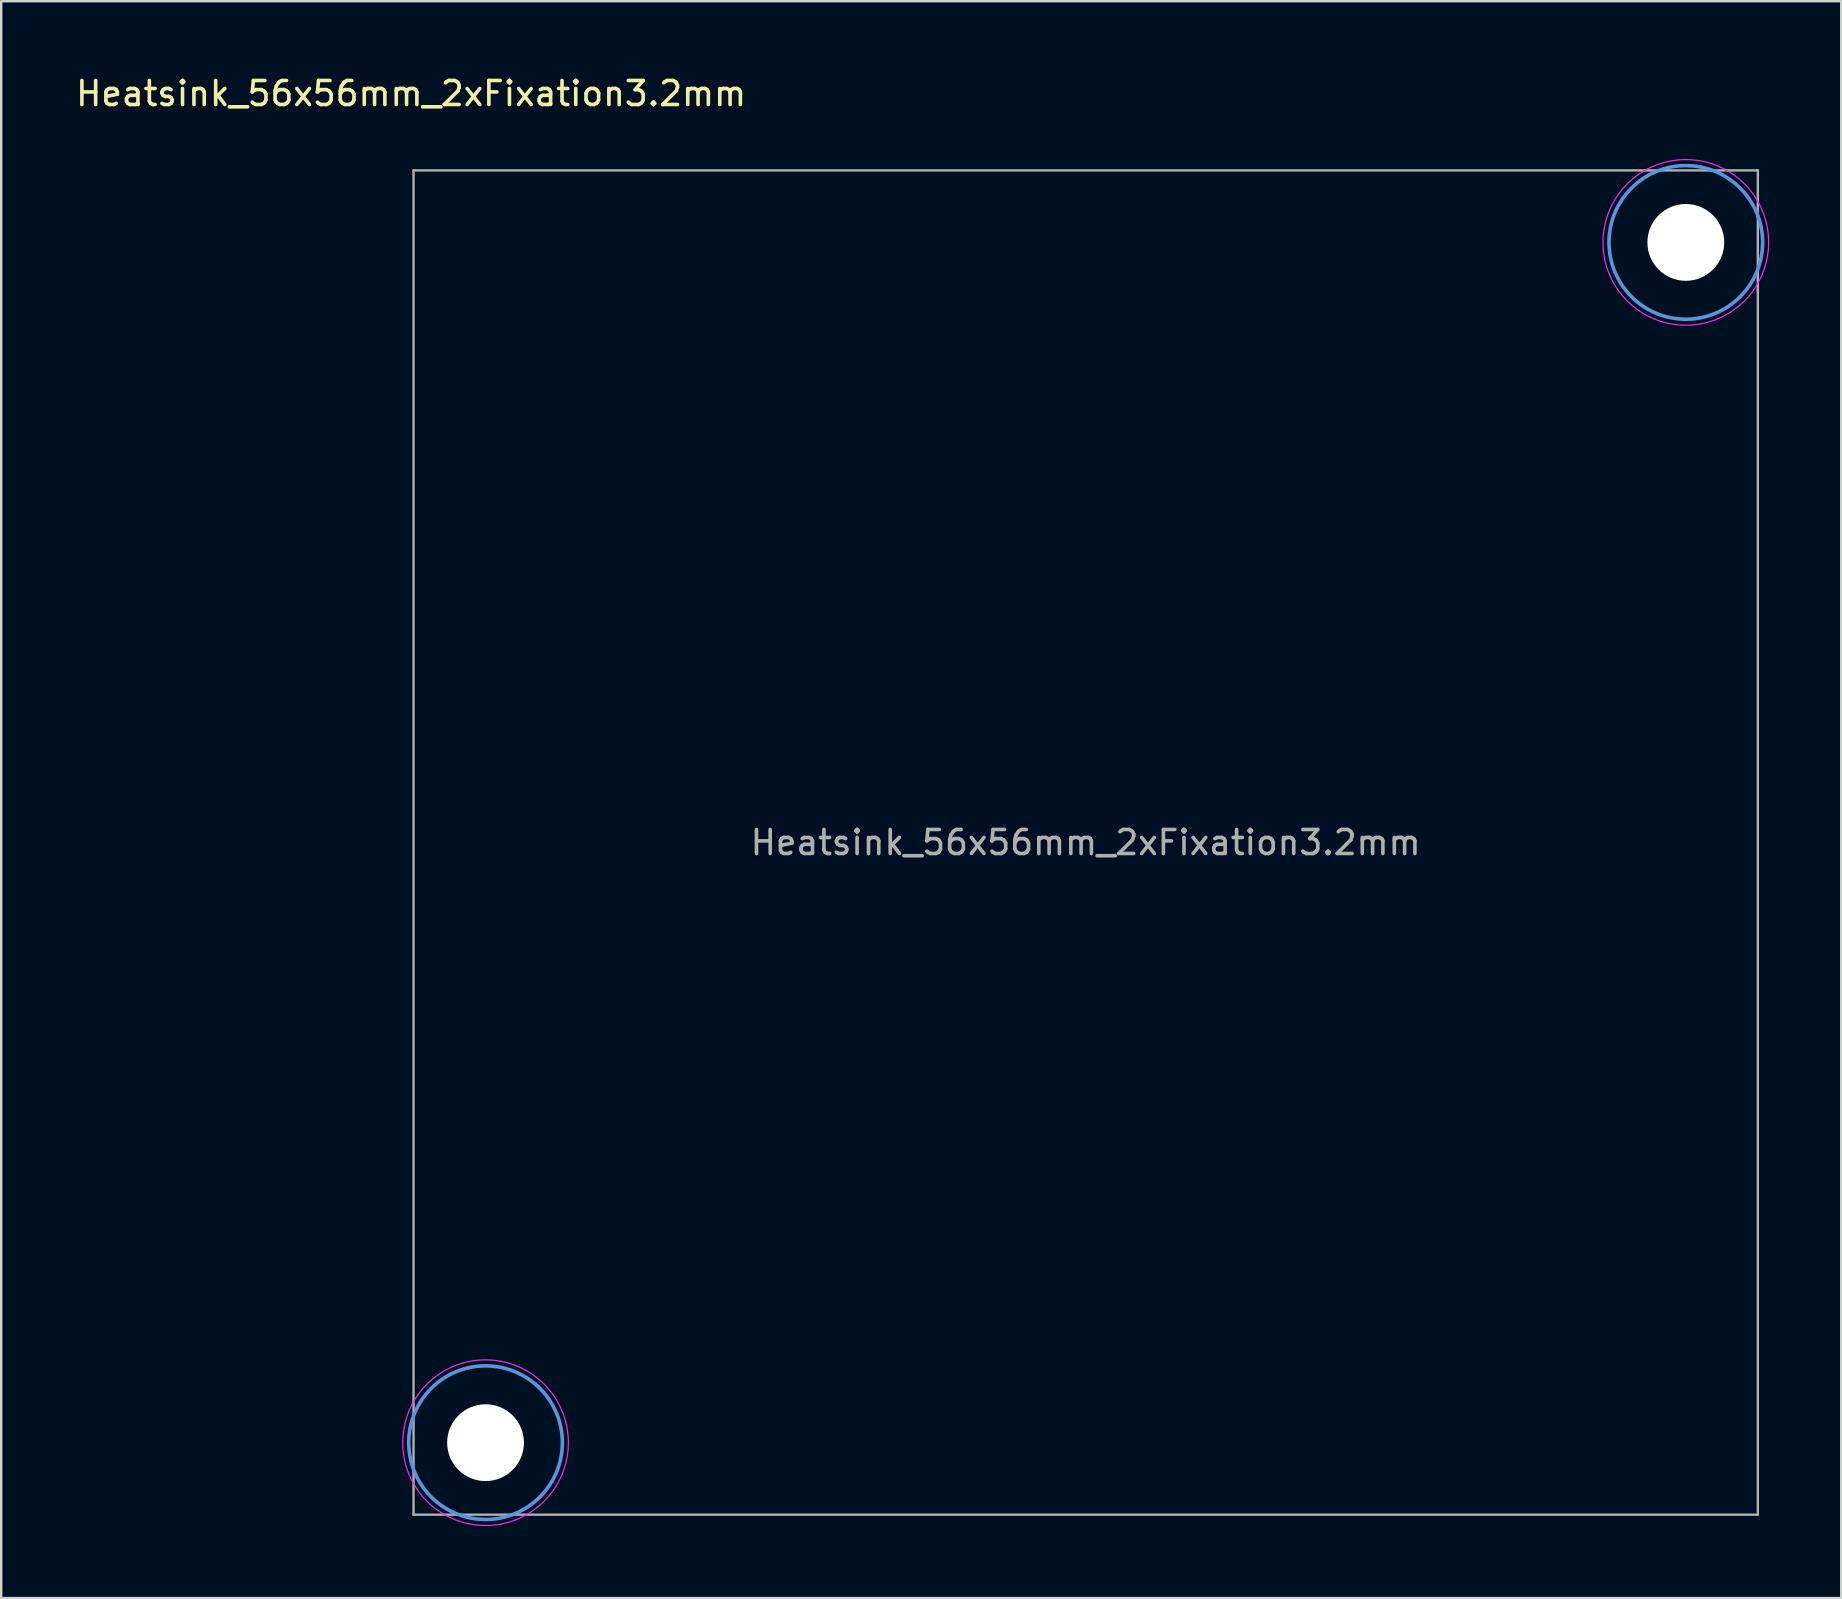
<source format=kicad_pcb>
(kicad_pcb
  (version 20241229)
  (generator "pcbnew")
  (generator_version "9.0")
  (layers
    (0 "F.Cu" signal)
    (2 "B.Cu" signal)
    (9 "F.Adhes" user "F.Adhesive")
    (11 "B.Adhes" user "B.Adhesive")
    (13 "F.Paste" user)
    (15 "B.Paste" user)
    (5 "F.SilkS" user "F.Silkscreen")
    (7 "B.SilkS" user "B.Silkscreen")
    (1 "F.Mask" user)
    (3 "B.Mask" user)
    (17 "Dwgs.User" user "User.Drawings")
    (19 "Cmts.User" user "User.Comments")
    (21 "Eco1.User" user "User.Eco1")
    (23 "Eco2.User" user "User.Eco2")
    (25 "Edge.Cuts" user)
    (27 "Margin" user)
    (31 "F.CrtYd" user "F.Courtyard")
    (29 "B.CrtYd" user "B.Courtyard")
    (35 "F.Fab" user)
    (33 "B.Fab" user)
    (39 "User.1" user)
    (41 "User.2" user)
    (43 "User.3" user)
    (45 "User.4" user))
  (footprint "Heatsink_56x56mm_2xFixation3.2mm"
    (layer "F.Cu")
    (at 42.177 32.048)
    (property "Reference" "Heatsink_56x56mm_2xFixation3.2mm" (at -28.1 -31.2 0) (layer "F.SilkS") (effects (font (size 1 1) (thickness 0.15))))
    (attr through_hole)
    (fp_circle (center -25 25) (end -21.8 25) (stroke (width 0.15) (type solid)) (fill no) (layer "Cmts.User"))
    (fp_circle (center 25 -25) (end 28.2 -25) (stroke (width 0.15) (type solid)) (fill no) (layer "Cmts.User"))
    (fp_circle (center -25 25) (end -21.55 25) (stroke (width 0.05) (type solid)) (fill no) (layer "F.CrtYd"))
    (fp_circle (center 25 -25) (end 28.45 -25) (stroke (width 0.05) (type solid)) (fill no) (layer "F.CrtYd"))
    (fp_line (start -28 -28) (end -28 28) (stroke (width 0.1) (type solid)) (layer "F.Fab"))
    (fp_line (start 28 -28) (end -28 -28) (stroke (width 0.1) (type solid)) (layer "F.Fab"))
    (fp_line (start 28 -28) (end 28 28) (stroke (width 0.1) (type solid)) (layer "F.Fab"))
    (fp_line (start 28 28) (end -28 28) (stroke (width 0.1) (type solid)) (layer "F.Fab"))
    (fp_text user "${REFERENCE}" (at 0 0 0) (layer "F.Fab") (effects (font (size 1 1) (thickness 0.15))))
    (pad "" np_thru_hole circle (at -25 25) (size 3.2 3.2) (drill 3.2) (layers "*.Cu" "*.Mask"))
    (pad "" np_thru_hole circle (at 25 -25) (size 3.2 3.2) (drill 3.2) (layers "*.Cu" "*.Mask")))
  (gr_rect
    (start -3 -3)
    (end 73.652 63.523)
    (stroke (width 0.1) (type default))
    (fill no)
    (layer "Edge.Cuts")))
</source>
